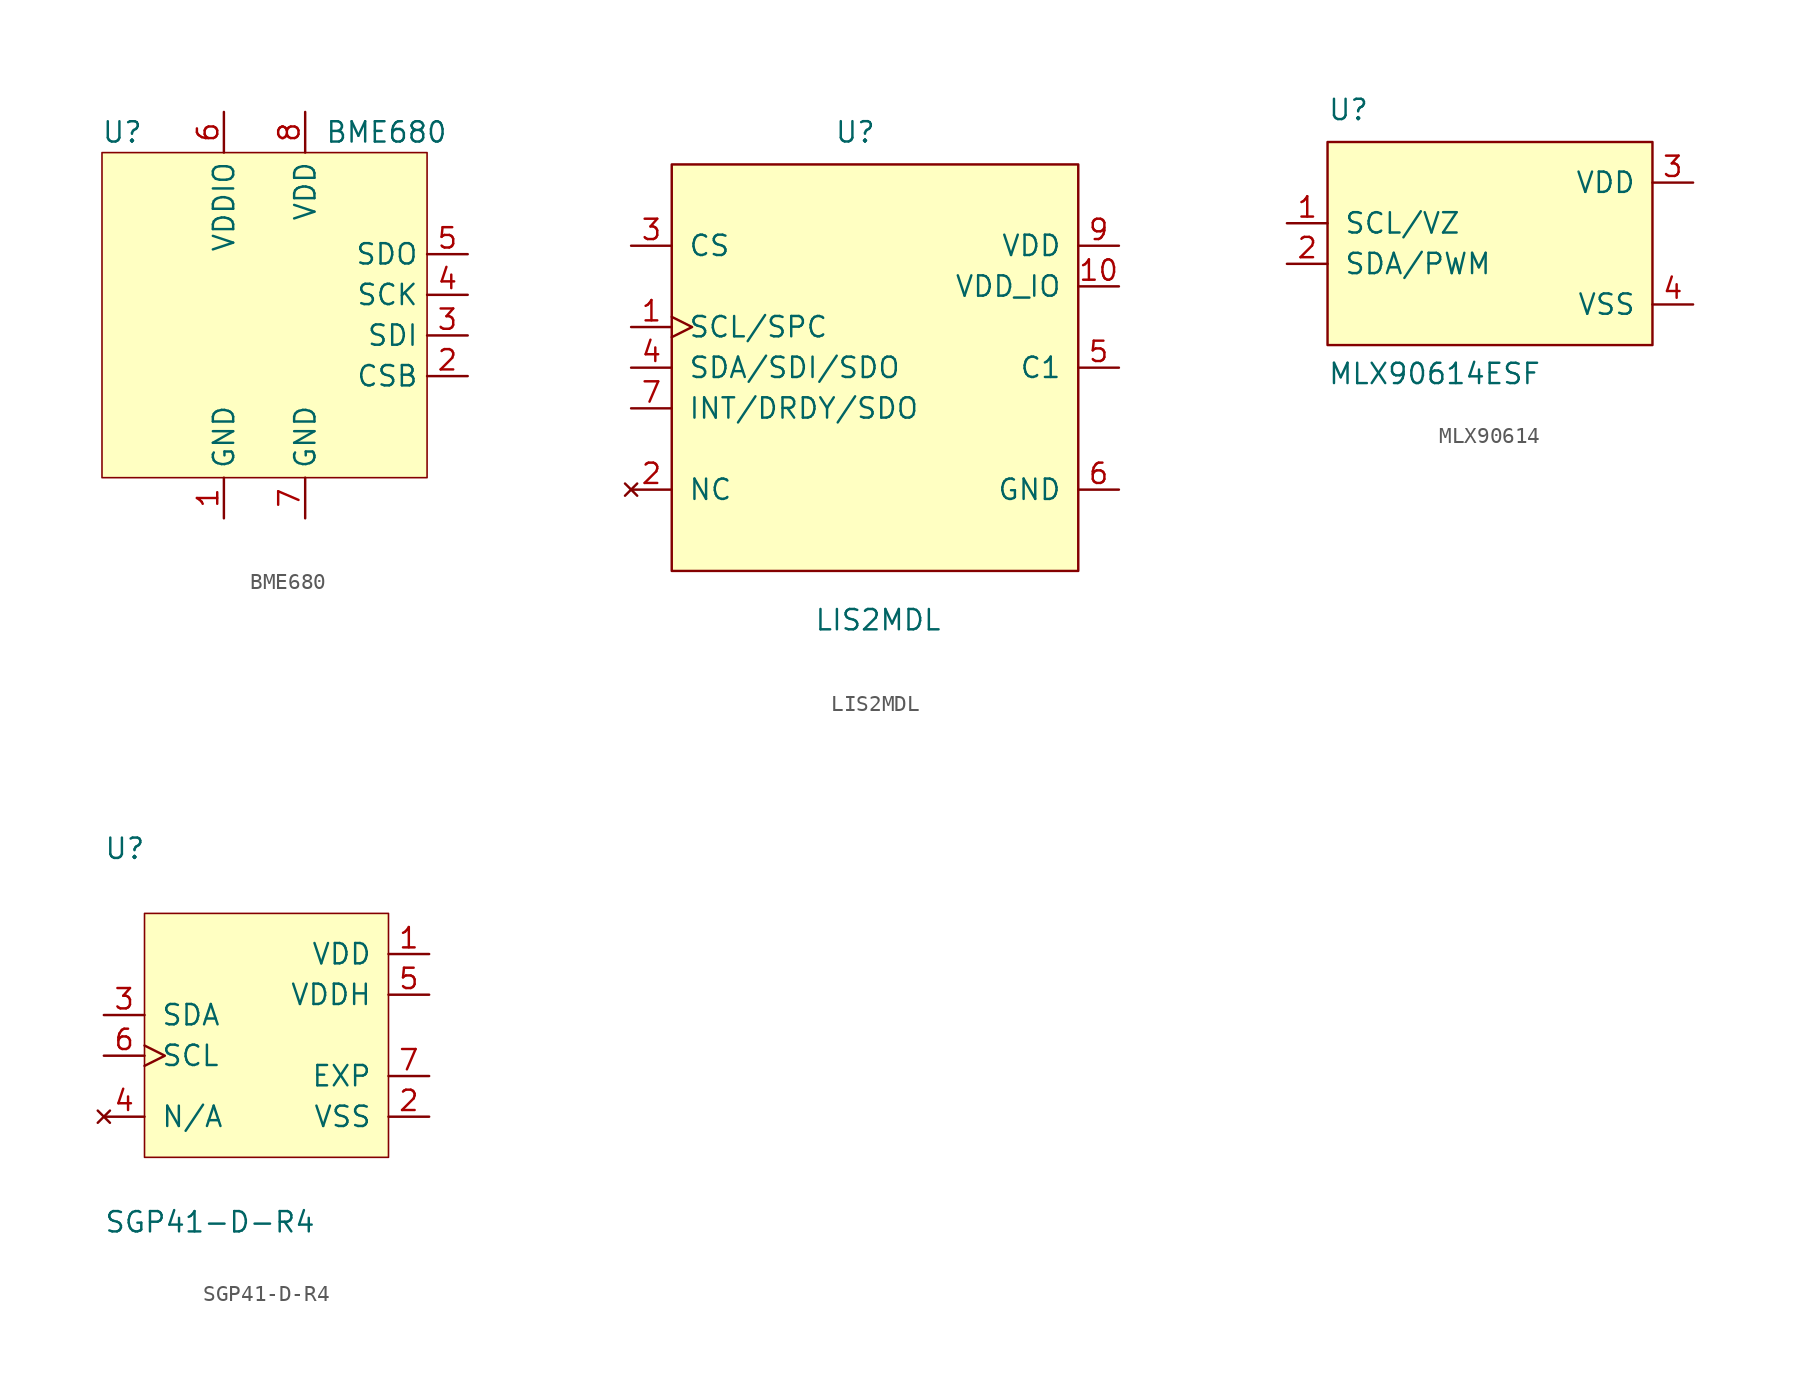
<source format=kicad_sym>
(kicad_symbol_lib
  (version 20220914)
  (generator kicad_symbol_editor)
  (symbol "BME680"
    (property "Reference" "U"
      (at -8.89 11.43 0)
      (effects (font (size 1.27 1.27))))
    (property "Value" "BME680"
      (at 7.62 11.43 0)
      (effects (font (size 1.27 1.27))))
    (symbol "BME680_1_1"
      (rectangle (start -10.16 10.16) (end 10.16 -10.16) (stroke (width 0.1) (type default)) (fill (type background)))
      (pin power_in line (at -2.54 -12.7 90) (length 2.54) (name "GND" (effects (font (size 1.27 1.27)))) (number "1" (effects (font (size 1.27 1.27)))))
      (pin input line (at 12.7 -3.81 180) (length 2.54) (name "CSB" (effects (font (size 1.27 1.27)))) (number "2" (effects (font (size 1.27 1.27)))))
      (pin bidirectional line (at 12.7 -1.27 180) (length 2.54) (name "SDI" (effects (font (size 1.27 1.27)))) (number "3" (effects (font (size 1.27 1.27)))))
      (pin input line (at 12.7 1.27 180) (length 2.54) (name "SCK" (effects (font (size 1.27 1.27)))) (number "4" (effects (font (size 1.27 1.27)))))
      (pin bidirectional line (at 12.7 3.81 180) (length 2.54) (name "SDO" (effects (font (size 1.27 1.27)))) (number "5" (effects (font (size 1.27 1.27)))))
      (pin power_in line (at -2.54 12.7 270) (length 2.54) (name "VDDIO" (effects (font (size 1.27 1.27)))) (number "6" (effects (font (size 1.27 1.27)))))
      (pin power_in line (at 2.54 -12.7 90) (length 2.54) (name "GND" (effects (font (size 1.27 1.27)))) (number "7" (effects (font (size 1.27 1.27)))))
      (pin power_in line (at 2.54 12.7 270) (length 2.54) (name "VDD" (effects (font (size 1.27 1.27)))) (number "8" (effects (font (size 1.27 1.27)))))))
  (symbol "LIS2MDL"
    (pin_names
      (offset 1.016))
    (property "Reference" "U"
      (at -2.54 13.97 0)
      (effects (font (size 1.27 1.27)) (justify left bottom)))
    (property "Value" "LIS2MDL"
      (at -3.81 -16.51 0)
      (effects (font (size 1.27 1.27)) (justify left bottom)))
    (symbol "LIS2MDL_1_0"
      (rectangle (start -12.7 12.7) (end 12.7 -12.7) (stroke (width 0) (type default)) (fill (type background)))
      (pin input clock (at -15.24 2.54 0) (length 2.54) (name "SCL/SPC" (effects (font (size 1.27 1.27)))) (number "1" (effects (font (size 1.27 1.27)))))
      (pin power_in line (at 15.24 5.08 180) (length 2.54) (name "VDD_IO" (effects (font (size 1.27 1.27)))) (number "10" (effects (font (size 1.27 1.27)))))
      (pin no_connect line (at -15.24 -7.62 0) (length 2.54) hide (name "NC" (effects (font (size 1.27 1.27)))) (number "11" (effects (font (size 1.27 1.27)))))
      (pin no_connect line (at -15.24 -7.62 0) (length 2.54) hide (name "NC" (effects (font (size 1.27 1.27)))) (number "12" (effects (font (size 1.27 1.27)))))
      (pin no_connect line (at -15.24 -7.62 0) (length 2.54) (name "NC" (effects (font (size 1.27 1.27)))) (number "2" (effects (font (size 1.27 1.27)))))
      (pin input line (at -15.24 7.62 0) (length 2.54) (name "CS" (effects (font (size 1.27 1.27)))) (number "3" (effects (font (size 1.27 1.27)))))
      (pin bidirectional line (at -15.24 0 0) (length 2.54) (name "SDA/SDI/SDO" (effects (font (size 1.27 1.27)))) (number "4" (effects (font (size 1.27 1.27)))))
      (pin passive line (at 15.24 0 180) (length 2.54) (name "C1" (effects (font (size 1.27 1.27)))) (number "5" (effects (font (size 1.27 1.27)))))
      (pin power_in line (at 15.24 -7.62 180) (length 2.54) (name "GND" (effects (font (size 1.27 1.27)))) (number "6" (effects (font (size 1.27 1.27)))))
      (pin bidirectional line (at -15.24 -2.54 0) (length 2.54) (name "INT/DRDY/SDO" (effects (font (size 1.27 1.27)))) (number "7" (effects (font (size 1.27 1.27)))))
      (pin power_in line (at 15.24 -7.62 180) (length 2.54) hide (name "GND" (effects (font (size 1.27 1.27)))) (number "8" (effects (font (size 1.27 1.27)))))
      (pin power_in line (at 15.24 7.62 180) (length 2.54) (name "VDD" (effects (font (size 1.27 1.27)))) (number "9" (effects (font (size 1.27 1.27)))))))
  (symbol "MLX90614"
    (pin_names
      (offset 1.016))
    (property "Reference" "U"
      (at -10.16 6.35 0)
      (effects (font (size 1.27 1.27)) (justify left bottom)))
    (property "Value" "MLX90614ESF"
      (at -10.16 -10.16 0)
      (effects (font (size 1.27 1.27)) (justify left bottom)))
    (symbol "MLX90614_1_0"
      (rectangle (start -10.16 5.08) (end 10.16 -7.62) (stroke (width 0) (type default)) (fill (type background)))
      (pin input line (at -12.7 0 0) (length 2.54) (name "SCL/VZ" (effects (font (size 1.27 1.27)))) (number "1" (effects (font (size 1.27 1.27)))))
      (pin bidirectional line (at -12.7 -2.54 0) (length 2.54) (name "SDA/PWM" (effects (font (size 1.27 1.27)))) (number "2" (effects (font (size 1.27 1.27)))))
      (pin power_in line (at 12.7 2.54 180) (length 2.54) (name "VDD" (effects (font (size 1.27 1.27)))) (number "3" (effects (font (size 1.27 1.27)))))
      (pin power_in line (at 12.7 -5.08 180) (length 2.54) (name "VSS" (effects (font (size 1.27 1.27)))) (number "4" (effects (font (size 1.27 1.27)))))))
  (symbol "SGP41-D-R4"
    (pin_names
      (offset 1.016))
    (property "Reference" "U"
      (at -10.16 10.922 0)
      (effects (font (size 1.27 1.27)) (justify left bottom)))
    (property "Value" "SGP41-D-R4"
      (at -10.16 -10.922 0)
      (effects (font (size 1.27 1.27)) (justify left top)))
    (symbol "SGP41-D-R4_1_0"
      (rectangle (start -7.62 7.62) (end 7.62 -7.62) (stroke (width 0.1) (type default)) (fill (type background)))
      (pin power_in line (at 10.16 5.08 180) (length 2.54) (name "VDD" (effects (font (size 1.27 1.27)))) (number "1" (effects (font (size 1.27 1.27)))))
      (pin power_in line (at 10.16 -5.08 180) (length 2.54) (name "VSS" (effects (font (size 1.27 1.27)))) (number "2" (effects (font (size 1.27 1.27)))))
      (pin bidirectional line (at -10.16 1.27 0) (length 2.54) (name "SDA" (effects (font (size 1.27 1.27)))) (number "3" (effects (font (size 1.27 1.27)))))
      (pin no_connect line (at -10.16 -5.08 0) (length 2.54) (name "N/A" (effects (font (size 1.27 1.27)))) (number "4" (effects (font (size 1.27 1.27)))))
      (pin power_in line (at 10.16 2.54 180) (length 2.54) (name "VDDH" (effects (font (size 1.27 1.27)))) (number "5" (effects (font (size 1.27 1.27)))))
      (pin bidirectional clock (at -10.16 -1.27 0) (length 2.54) (name "SCL" (effects (font (size 1.27 1.27)))) (number "6" (effects (font (size 1.27 1.27)))))
      (pin power_in line (at 10.16 -2.54 180) (length 2.54) (name "EXP" (effects (font (size 1.27 1.27)))) (number "7" (effects (font (size 1.27 1.27))))))))
</source>
